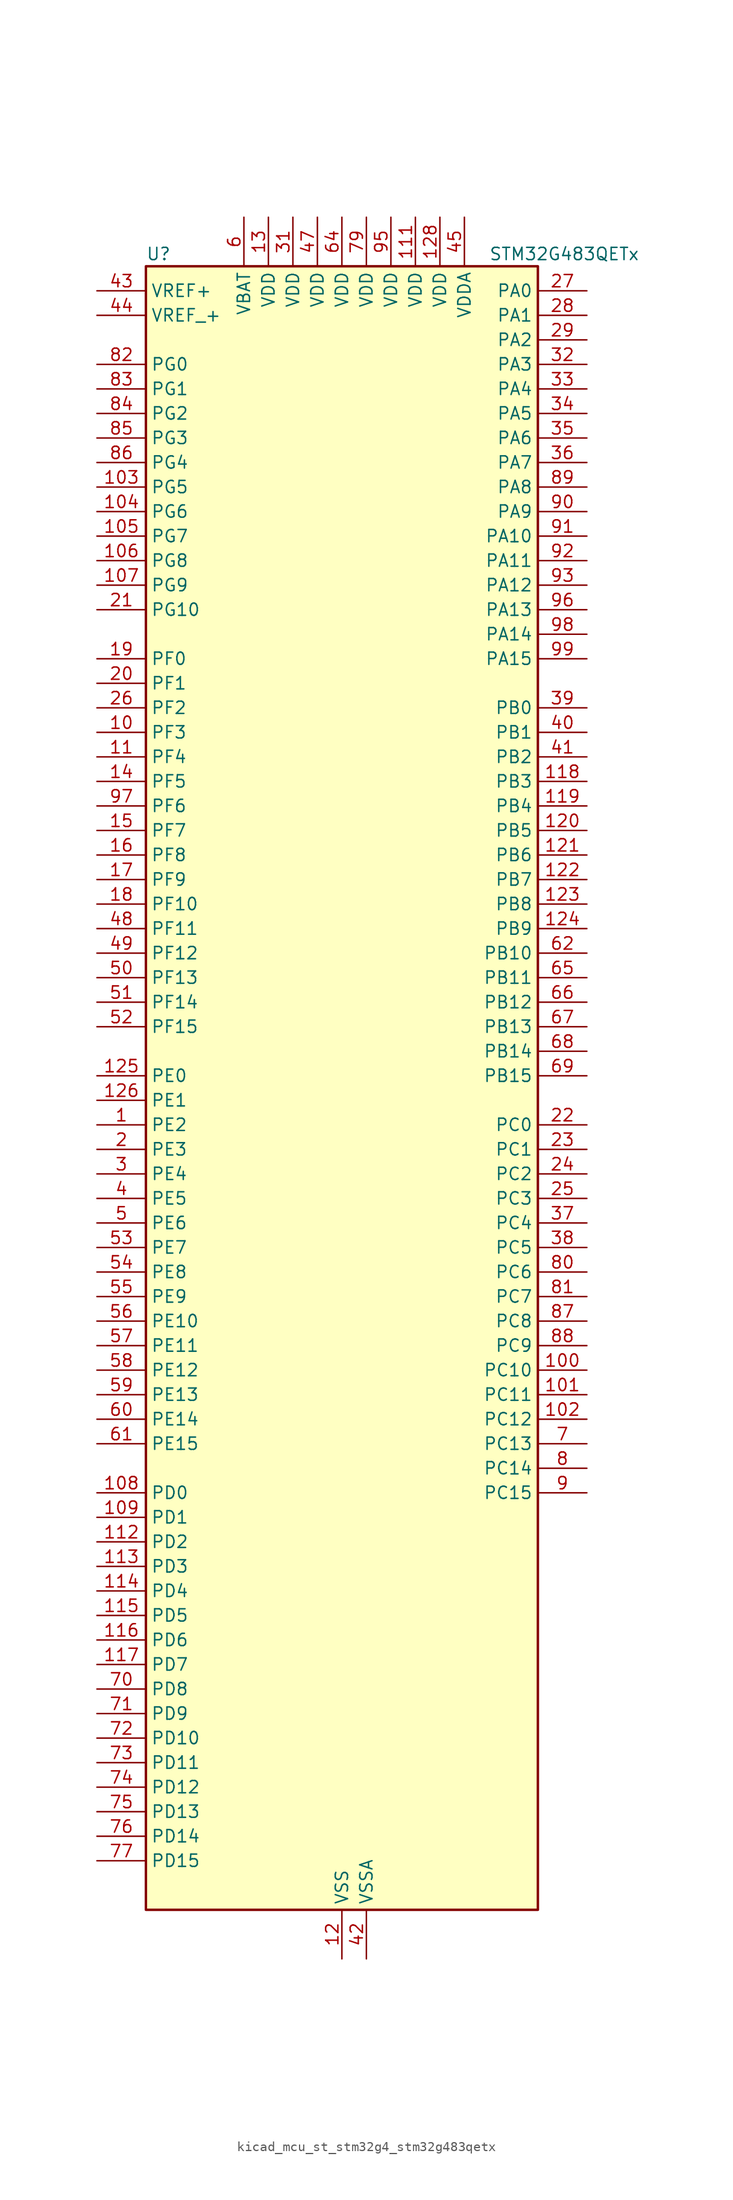
<source format=kicad_sym>
(kicad_symbol_lib
  (version 20220914)
  (generator kicad_symbol_editor)
  (symbol "kicad_mcu_st_stm32g4_stm32g483qetx"
    (property "Reference" "U"
      (at -20.32 87.63 0)
      (effects (font (size 1.27 1.27)) (justify left)))
    (property "Value" "STM32G483QETx"
      (at 15.24 87.63 0)
      (effects (font (size 1.27 1.27)) (justify left)))
    (property "ki_locked" ""
      (at 0 0 0)
      (effects (font (size 1.27 1.27))))
    (symbol "kicad_mcu_st_stm32g4_stm32g483qetx_0_1"
      (rectangle (start -20.32 -83.82) (end 20.32 86.36) (stroke (width 0.254) (type default)) (fill (type background))))
    (symbol "kicad_mcu_st_stm32g4_stm32g483qetx_1_1"
      (pin bidirectional line (at -25.4 -2.54 0) (length 5.08) (name "PE2" (effects (font (size 1.27 1.27)))) (number "1" (effects (font (size 1.27 1.27)))) (alternate "ADC3_EXTI2" bidirectional line) (alternate "ADC4_EXTI2" bidirectional line) (alternate "ADC5_EXTI2" bidirectional line) (alternate "FMC_A23" bidirectional line) (alternate "SAI1_CK1" bidirectional line) (alternate "SAI1_MCLK_A" bidirectional line) (alternate "SPI4_SCK" bidirectional line) (alternate "SYS_TRACECLK" bidirectional line) (alternate "TIM20_CH1" bidirectional line) (alternate "TIM3_CH1" bidirectional line))
      (pin bidirectional line (at -25.4 38.1 0) (length 5.08) (name "PF3" (effects (font (size 1.27 1.27)))) (number "10" (effects (font (size 1.27 1.27)))) (alternate "ADC3_EXTI3" bidirectional line) (alternate "ADC4_EXTI3" bidirectional line) (alternate "ADC5_EXTI3" bidirectional line) (alternate "FMC_A3" bidirectional line) (alternate "I2C3_SCL" bidirectional line) (alternate "TIM20_CH4" bidirectional line))
      (pin bidirectional line (at 25.4 -27.94 180) (length 5.08) (name "PC10" (effects (font (size 1.27 1.27)))) (number "100" (effects (font (size 1.27 1.27)))) (alternate "DAC1_EXTI10" bidirectional line) (alternate "DAC2_EXTI10" bidirectional line) (alternate "DAC3_EXTI10" bidirectional line) (alternate "DAC4_EXTI10" bidirectional line) (alternate "I2S3_CK" bidirectional line) (alternate "SPI3_SCK" bidirectional line) (alternate "TIM8_CH1N" bidirectional line) (alternate "UART4_TX" bidirectional line) (alternate "USART3_TX" bidirectional line))
      (pin bidirectional line (at 25.4 -30.48 180) (length 5.08) (name "PC11" (effects (font (size 1.27 1.27)))) (number "101" (effects (font (size 1.27 1.27)))) (alternate "ADC1_EXTI11" bidirectional line) (alternate "ADC2_EXTI11" bidirectional line) (alternate "I2C3_SDA" bidirectional line) (alternate "SPI3_MISO" bidirectional line) (alternate "TIM8_CH2N" bidirectional line) (alternate "UART4_RX" bidirectional line) (alternate "USART3_RX" bidirectional line))
      (pin bidirectional line (at 25.4 -33.02 180) (length 5.08) (name "PC12" (effects (font (size 1.27 1.27)))) (number "102" (effects (font (size 1.27 1.27)))) (alternate "I2S3_SD" bidirectional line) (alternate "SPI3_MOSI" bidirectional line) (alternate "TIM5_CH2" bidirectional line) (alternate "TIM8_CH3N" bidirectional line) (alternate "UART5_TX" bidirectional line) (alternate "UCPD1_FRSTX1" bidirectional line) (alternate "UCPD1_FRSTX2" bidirectional line) (alternate "USART3_CK" bidirectional line))
      (pin bidirectional line (at -25.4 63.5 0) (length 5.08) (name "PG5" (effects (font (size 1.27 1.27)))) (number "103" (effects (font (size 1.27 1.27)))) (alternate "FMC_A15" bidirectional line) (alternate "LPUART1_CTS" bidirectional line) (alternate "SPI1_NSS" bidirectional line) (alternate "TIM20_ETR" bidirectional line))
      (pin bidirectional line (at -25.4 60.96 0) (length 5.08) (name "PG6" (effects (font (size 1.27 1.27)))) (number "104" (effects (font (size 1.27 1.27)))) (alternate "FMC_INT" bidirectional line) (alternate "I2C3_SMBA" bidirectional line) (alternate "LPUART1_DE" bidirectional line) (alternate "LPUART1_RTS" bidirectional line) (alternate "TIM20_BKIN" bidirectional line))
      (pin bidirectional line (at -25.4 58.42 0) (length 5.08) (name "PG7" (effects (font (size 1.27 1.27)))) (number "105" (effects (font (size 1.27 1.27)))) (alternate "FMC_INT" bidirectional line) (alternate "I2C3_SCL" bidirectional line) (alternate "LPUART1_TX" bidirectional line) (alternate "SAI1_CK1" bidirectional line) (alternate "SAI1_MCLK_A" bidirectional line))
      (pin bidirectional line (at -25.4 55.88 0) (length 5.08) (name "PG8" (effects (font (size 1.27 1.27)))) (number "106" (effects (font (size 1.27 1.27)))) (alternate "FMC_NE3" bidirectional line) (alternate "I2C3_SDA" bidirectional line) (alternate "LPUART1_RX" bidirectional line))
      (pin bidirectional line (at -25.4 53.34 0) (length 5.08) (name "PG9" (effects (font (size 1.27 1.27)))) (number "107" (effects (font (size 1.27 1.27)))) (alternate "DAC1_EXTI9" bidirectional line) (alternate "DAC2_EXTI9" bidirectional line) (alternate "DAC3_EXTI9" bidirectional line) (alternate "DAC4_EXTI9" bidirectional line) (alternate "FMC_NCE" bidirectional line) (alternate "FMC_NE2" bidirectional line) (alternate "SPI3_SCK" bidirectional line) (alternate "TIM15_CH1N" bidirectional line) (alternate "USART1_TX" bidirectional line))
      (pin bidirectional line (at -25.4 -40.64 0) (length 5.08) (name "PD0" (effects (font (size 1.27 1.27)))) (number "108" (effects (font (size 1.27 1.27)))) (alternate "FDCAN1_RX" bidirectional line) (alternate "FMC_D2" bidirectional line) (alternate "FMC_DA2" bidirectional line) (alternate "TIM8_CH4N" bidirectional line))
      (pin bidirectional line (at -25.4 -43.18 0) (length 5.08) (name "PD1" (effects (font (size 1.27 1.27)))) (number "109" (effects (font (size 1.27 1.27)))) (alternate "FDCAN1_TX" bidirectional line) (alternate "FMC_D3" bidirectional line) (alternate "FMC_DA3" bidirectional line) (alternate "TIM8_BKIN2" bidirectional line) (alternate "TIM8_CH4" bidirectional line))
      (pin bidirectional line (at -25.4 35.56 0) (length 5.08) (name "PF4" (effects (font (size 1.27 1.27)))) (number "11" (effects (font (size 1.27 1.27)))) (alternate "COMP1_OUT" bidirectional line) (alternate "FMC_A4" bidirectional line) (alternate "I2C3_SDA" bidirectional line) (alternate "TIM20_CH1N" bidirectional line))
      (pin passive line (at 0 -88.9 90) (length 5.08) hide (name "VSS" (effects (font (size 1.27 1.27)))) (number "110" (effects (font (size 1.27 1.27)))))
      (pin power_in line (at 7.62 91.44 270) (length 5.08) (name "VDD" (effects (font (size 1.27 1.27)))) (number "111" (effects (font (size 1.27 1.27)))))
      (pin bidirectional line (at -25.4 -45.72 0) (length 5.08) (name "PD2" (effects (font (size 1.27 1.27)))) (number "112" (effects (font (size 1.27 1.27)))) (alternate "ADC3_EXTI2" bidirectional line) (alternate "ADC4_EXTI2" bidirectional line) (alternate "ADC5_EXTI2" bidirectional line) (alternate "TIM3_ETR" bidirectional line) (alternate "TIM8_BKIN" bidirectional line) (alternate "UART5_RX" bidirectional line))
      (pin bidirectional line (at -25.4 -48.26 0) (length 5.08) (name "PD3" (effects (font (size 1.27 1.27)))) (number "113" (effects (font (size 1.27 1.27)))) (alternate "ADC3_EXTI3" bidirectional line) (alternate "ADC4_EXTI3" bidirectional line) (alternate "ADC5_EXTI3" bidirectional line) (alternate "FMC_CLK" bidirectional line) (alternate "QUADSPI1_BK2_NCS" bidirectional line) (alternate "TIM2_CH1" bidirectional line) (alternate "TIM2_ETR" bidirectional line) (alternate "USART2_CTS" bidirectional line) (alternate "USART2_NSS" bidirectional line))
      (pin bidirectional line (at -25.4 -50.8 0) (length 5.08) (name "PD4" (effects (font (size 1.27 1.27)))) (number "114" (effects (font (size 1.27 1.27)))) (alternate "FMC_NOE" bidirectional line) (alternate "QUADSPI1_BK2_IO0" bidirectional line) (alternate "TIM2_CH2" bidirectional line) (alternate "USART2_DE" bidirectional line) (alternate "USART2_RTS" bidirectional line))
      (pin bidirectional line (at -25.4 -53.34 0) (length 5.08) (name "PD5" (effects (font (size 1.27 1.27)))) (number "115" (effects (font (size 1.27 1.27)))) (alternate "FMC_NWE" bidirectional line) (alternate "QUADSPI1_BK2_IO1" bidirectional line) (alternate "USART2_TX" bidirectional line))
      (pin bidirectional line (at -25.4 -55.88 0) (length 5.08) (name "PD6" (effects (font (size 1.27 1.27)))) (number "116" (effects (font (size 1.27 1.27)))) (alternate "FMC_NWAIT" bidirectional line) (alternate "QUADSPI1_BK2_IO2" bidirectional line) (alternate "SAI1_D1" bidirectional line) (alternate "SAI1_SD_A" bidirectional line) (alternate "TIM2_CH4" bidirectional line) (alternate "USART2_RX" bidirectional line))
      (pin bidirectional line (at -25.4 -58.42 0) (length 5.08) (name "PD7" (effects (font (size 1.27 1.27)))) (number "117" (effects (font (size 1.27 1.27)))) (alternate "FMC_NCE" bidirectional line) (alternate "FMC_NE1" bidirectional line) (alternate "QUADSPI1_BK2_IO3" bidirectional line) (alternate "TIM2_CH3" bidirectional line) (alternate "USART2_CK" bidirectional line))
      (pin bidirectional line (at 25.4 33.02 180) (length 5.08) (name "PB3" (effects (font (size 1.27 1.27)))) (number "118" (effects (font (size 1.27 1.27)))) (alternate "ADC3_EXTI3" bidirectional line) (alternate "ADC4_EXTI3" bidirectional line) (alternate "ADC5_EXTI3" bidirectional line) (alternate "CRS_SYNC" bidirectional line) (alternate "FDCAN3_RX" bidirectional line) (alternate "I2S3_CK" bidirectional line) (alternate "SAI1_SCK_B" bidirectional line) (alternate "SPI1_SCK" bidirectional line) (alternate "SPI3_SCK" bidirectional line) (alternate "SYS_JTDO-SWO" bidirectional line) (alternate "TIM2_CH2" bidirectional line) (alternate "TIM3_ETR" bidirectional line) (alternate "TIM4_ETR" bidirectional line) (alternate "TIM8_CH1N" bidirectional line) (alternate "USART2_TX" bidirectional line))
      (pin bidirectional line (at 25.4 30.48 180) (length 5.08) (name "PB4" (effects (font (size 1.27 1.27)))) (number "119" (effects (font (size 1.27 1.27)))) (alternate "FDCAN3_TX" bidirectional line) (alternate "SAI1_MCLK_B" bidirectional line) (alternate "SPI1_MISO" bidirectional line) (alternate "SPI3_MISO" bidirectional line) (alternate "SYS_JTRST" bidirectional line) (alternate "TIM16_CH1" bidirectional line) (alternate "TIM17_BKIN" bidirectional line) (alternate "TIM3_CH1" bidirectional line) (alternate "TIM8_CH2N" bidirectional line) (alternate "UART5_DE" bidirectional line) (alternate "UART5_RTS" bidirectional line) (alternate "UCPD1_CC2" bidirectional line) (alternate "USART2_RX" bidirectional line))
      (pin power_in line (at 0 -88.9 90) (length 5.08) (name "VSS" (effects (font (size 1.27 1.27)))) (number "12" (effects (font (size 1.27 1.27)))))
      (pin bidirectional line (at 25.4 27.94 180) (length 5.08) (name "PB5" (effects (font (size 1.27 1.27)))) (number "120" (effects (font (size 1.27 1.27)))) (alternate "FDCAN2_RX" bidirectional line) (alternate "I2C1_SMBA" bidirectional line) (alternate "I2C3_SDA" bidirectional line) (alternate "I2S3_SD" bidirectional line) (alternate "LPTIM1_IN1" bidirectional line) (alternate "SAI1_SD_B" bidirectional line) (alternate "SPI1_MOSI" bidirectional line) (alternate "SPI3_MOSI" bidirectional line) (alternate "TIM16_BKIN" bidirectional line) (alternate "TIM17_CH1" bidirectional line) (alternate "TIM3_CH2" bidirectional line) (alternate "TIM8_CH3N" bidirectional line) (alternate "UART5_CTS" bidirectional line) (alternate "USART2_CK" bidirectional line))
      (pin bidirectional line (at 25.4 25.4 180) (length 5.08) (name "PB6" (effects (font (size 1.27 1.27)))) (number "121" (effects (font (size 1.27 1.27)))) (alternate "COMP4_OUT" bidirectional line) (alternate "FDCAN2_TX" bidirectional line) (alternate "LPTIM1_ETR" bidirectional line) (alternate "SAI1_FS_B" bidirectional line) (alternate "TIM16_CH1N" bidirectional line) (alternate "TIM4_CH1" bidirectional line) (alternate "TIM8_BKIN2" bidirectional line) (alternate "TIM8_CH1" bidirectional line) (alternate "TIM8_ETR" bidirectional line) (alternate "UCPD1_CC1" bidirectional line) (alternate "USART1_TX" bidirectional line))
      (pin bidirectional line (at 25.4 22.86 180) (length 5.08) (name "PB7" (effects (font (size 1.27 1.27)))) (number "122" (effects (font (size 1.27 1.27)))) (alternate "COMP3_OUT" bidirectional line) (alternate "FMC_NL" bidirectional line) (alternate "I2C1_SDA" bidirectional line) (alternate "I2C4_SDA" bidirectional line) (alternate "LPTIM1_IN2" bidirectional line) (alternate "SYS_PVD_IN" bidirectional line) (alternate "TIM17_CH1N" bidirectional line) (alternate "TIM3_CH4" bidirectional line) (alternate "TIM4_CH2" bidirectional line) (alternate "TIM8_BKIN" bidirectional line) (alternate "UART4_CTS" bidirectional line) (alternate "USART1_RX" bidirectional line))
      (pin bidirectional line (at 25.4 20.32 180) (length 5.08) (name "PB8" (effects (font (size 1.27 1.27)))) (number "123" (effects (font (size 1.27 1.27)))) (alternate "COMP1_OUT" bidirectional line) (alternate "FDCAN1_RX" bidirectional line) (alternate "I2C1_SCL" bidirectional line) (alternate "SAI1_CK1" bidirectional line) (alternate "SAI1_MCLK_A" bidirectional line) (alternate "TIM16_CH1" bidirectional line) (alternate "TIM1_BKIN" bidirectional line) (alternate "TIM4_CH3" bidirectional line) (alternate "TIM8_CH2" bidirectional line) (alternate "USART3_RX" bidirectional line))
      (pin bidirectional line (at 25.4 17.78 180) (length 5.08) (name "PB9" (effects (font (size 1.27 1.27)))) (number "124" (effects (font (size 1.27 1.27)))) (alternate "COMP2_OUT" bidirectional line) (alternate "DAC1_EXTI9" bidirectional line) (alternate "DAC2_EXTI9" bidirectional line) (alternate "DAC3_EXTI9" bidirectional line) (alternate "DAC4_EXTI9" bidirectional line) (alternate "FDCAN1_TX" bidirectional line) (alternate "I2C1_SDA" bidirectional line) (alternate "IR_OUT" bidirectional line) (alternate "SAI1_D2" bidirectional line) (alternate "SAI1_FS_A" bidirectional line) (alternate "TIM17_CH1" bidirectional line) (alternate "TIM1_CH3N" bidirectional line) (alternate "TIM4_CH4" bidirectional line) (alternate "TIM8_CH3" bidirectional line) (alternate "USART3_TX" bidirectional line))
      (pin bidirectional line (at -25.4 2.54 0) (length 5.08) (name "PE0" (effects (font (size 1.27 1.27)))) (number "125" (effects (font (size 1.27 1.27)))) (alternate "FMC_NBL0" bidirectional line) (alternate "TIM16_CH1" bidirectional line) (alternate "TIM20_CH4N" bidirectional line) (alternate "TIM20_ETR" bidirectional line) (alternate "TIM4_ETR" bidirectional line) (alternate "USART1_TX" bidirectional line))
      (pin bidirectional line (at -25.4 0 0) (length 5.08) (name "PE1" (effects (font (size 1.27 1.27)))) (number "126" (effects (font (size 1.27 1.27)))) (alternate "FMC_NBL1" bidirectional line) (alternate "TIM17_CH1" bidirectional line) (alternate "TIM20_CH4" bidirectional line) (alternate "USART1_RX" bidirectional line))
      (pin passive line (at 0 -88.9 90) (length 5.08) hide (name "VSS" (effects (font (size 1.27 1.27)))) (number "127" (effects (font (size 1.27 1.27)))))
      (pin power_in line (at 10.16 91.44 270) (length 5.08) (name "VDD" (effects (font (size 1.27 1.27)))) (number "128" (effects (font (size 1.27 1.27)))))
      (pin power_in line (at -7.62 91.44 270) (length 5.08) (name "VDD" (effects (font (size 1.27 1.27)))) (number "13" (effects (font (size 1.27 1.27)))))
      (pin bidirectional line (at -25.4 33.02 0) (length 5.08) (name "PF5" (effects (font (size 1.27 1.27)))) (number "14" (effects (font (size 1.27 1.27)))) (alternate "FMC_A5" bidirectional line) (alternate "TIM20_CH2N" bidirectional line))
      (pin bidirectional line (at -25.4 27.94 0) (length 5.08) (name "PF7" (effects (font (size 1.27 1.27)))) (number "15" (effects (font (size 1.27 1.27)))) (alternate "FMC_A1" bidirectional line) (alternate "QUADSPI1_BK1_IO2" bidirectional line) (alternate "SAI1_MCLK_B" bidirectional line) (alternate "TIM20_BKIN" bidirectional line) (alternate "TIM5_CH2" bidirectional line))
      (pin bidirectional line (at -25.4 25.4 0) (length 5.08) (name "PF8" (effects (font (size 1.27 1.27)))) (number "16" (effects (font (size 1.27 1.27)))) (alternate "FMC_A24" bidirectional line) (alternate "QUADSPI1_BK1_IO0" bidirectional line) (alternate "SAI1_SCK_B" bidirectional line) (alternate "TIM20_BKIN2" bidirectional line) (alternate "TIM5_CH3" bidirectional line))
      (pin bidirectional line (at -25.4 22.86 0) (length 5.08) (name "PF9" (effects (font (size 1.27 1.27)))) (number "17" (effects (font (size 1.27 1.27)))) (alternate "DAC1_EXTI9" bidirectional line) (alternate "DAC2_EXTI9" bidirectional line) (alternate "DAC3_EXTI9" bidirectional line) (alternate "DAC4_EXTI9" bidirectional line) (alternate "FMC_A25" bidirectional line) (alternate "QUADSPI1_BK1_IO1" bidirectional line) (alternate "SAI1_FS_B" bidirectional line) (alternate "SPI2_SCK" bidirectional line) (alternate "TIM15_CH1" bidirectional line) (alternate "TIM20_BKIN" bidirectional line) (alternate "TIM5_CH4" bidirectional line))
      (pin bidirectional line (at -25.4 20.32 0) (length 5.08) (name "PF10" (effects (font (size 1.27 1.27)))) (number "18" (effects (font (size 1.27 1.27)))) (alternate "DAC1_EXTI10" bidirectional line) (alternate "DAC2_EXTI10" bidirectional line) (alternate "DAC3_EXTI10" bidirectional line) (alternate "DAC4_EXTI10" bidirectional line) (alternate "FMC_A0" bidirectional line) (alternate "QUADSPI1_CLK" bidirectional line) (alternate "SAI1_D3" bidirectional line) (alternate "SPI2_SCK" bidirectional line) (alternate "TIM15_CH2" bidirectional line) (alternate "TIM20_BKIN2" bidirectional line))
      (pin bidirectional line (at -25.4 45.72 0) (length 5.08) (name "PF0" (effects (font (size 1.27 1.27)))) (number "19" (effects (font (size 1.27 1.27)))) (alternate "ADC1_IN10" bidirectional line) (alternate "I2C2_SDA" bidirectional line) (alternate "I2S2_WS" bidirectional line) (alternate "RCC_OSC_IN" bidirectional line) (alternate "SPI2_NSS" bidirectional line) (alternate "TIM1_CH3N" bidirectional line))
      (pin bidirectional line (at -25.4 -5.08 0) (length 5.08) (name "PE3" (effects (font (size 1.27 1.27)))) (number "2" (effects (font (size 1.27 1.27)))) (alternate "ADC3_EXTI3" bidirectional line) (alternate "ADC4_EXTI3" bidirectional line) (alternate "ADC5_EXTI3" bidirectional line) (alternate "FMC_A19" bidirectional line) (alternate "SAI1_SD_B" bidirectional line) (alternate "SPI4_NSS" bidirectional line) (alternate "SYS_TRACED0" bidirectional line) (alternate "TIM20_CH2" bidirectional line) (alternate "TIM3_CH2" bidirectional line))
      (pin bidirectional line (at -25.4 43.18 0) (length 5.08) (name "PF1" (effects (font (size 1.27 1.27)))) (number "20" (effects (font (size 1.27 1.27)))) (alternate "ADC2_IN10" bidirectional line) (alternate "COMP3_INM" bidirectional line) (alternate "I2S2_CK" bidirectional line) (alternate "RCC_OSC_OUT" bidirectional line) (alternate "SPI2_SCK" bidirectional line))
      (pin bidirectional line (at -25.4 50.8 0) (length 5.08) (name "PG10" (effects (font (size 1.27 1.27)))) (number "21" (effects (font (size 1.27 1.27)))) (alternate "DAC1_EXTI10" bidirectional line) (alternate "DAC2_EXTI10" bidirectional line) (alternate "DAC3_EXTI10" bidirectional line) (alternate "DAC4_EXTI10" bidirectional line) (alternate "RCC_MCO" bidirectional line))
      (pin bidirectional line (at 25.4 -2.54 180) (length 5.08) (name "PC0" (effects (font (size 1.27 1.27)))) (number "22" (effects (font (size 1.27 1.27)))) (alternate "ADC1_IN6" bidirectional line) (alternate "ADC2_IN6" bidirectional line) (alternate "COMP3_INM" bidirectional line) (alternate "LPTIM1_IN1" bidirectional line) (alternate "LPUART1_RX" bidirectional line) (alternate "TIM1_CH1" bidirectional line))
      (pin bidirectional line (at 25.4 -5.08 180) (length 5.08) (name "PC1" (effects (font (size 1.27 1.27)))) (number "23" (effects (font (size 1.27 1.27)))) (alternate "ADC1_IN7" bidirectional line) (alternate "ADC2_IN7" bidirectional line) (alternate "COMP3_INP" bidirectional line) (alternate "LPTIM1_OUT" bidirectional line) (alternate "LPUART1_TX" bidirectional line) (alternate "QUADSPI1_BK2_IO0" bidirectional line) (alternate "SAI1_SD_A" bidirectional line) (alternate "TIM1_CH2" bidirectional line))
      (pin bidirectional line (at 25.4 -7.62 180) (length 5.08) (name "PC2" (effects (font (size 1.27 1.27)))) (number "24" (effects (font (size 1.27 1.27)))) (alternate "ADC1_IN8" bidirectional line) (alternate "ADC2_IN8" bidirectional line) (alternate "ADC3_EXTI2" bidirectional line) (alternate "ADC4_EXTI2" bidirectional line) (alternate "ADC5_EXTI2" bidirectional line) (alternate "COMP3_OUT" bidirectional line) (alternate "LPTIM1_IN2" bidirectional line) (alternate "QUADSPI1_BK2_IO1" bidirectional line) (alternate "TIM1_CH3" bidirectional line) (alternate "TIM20_CH2" bidirectional line))
      (pin bidirectional line (at 25.4 -10.16 180) (length 5.08) (name "PC3" (effects (font (size 1.27 1.27)))) (number "25" (effects (font (size 1.27 1.27)))) (alternate "ADC1_IN9" bidirectional line) (alternate "ADC2_IN9" bidirectional line) (alternate "ADC3_EXTI3" bidirectional line) (alternate "ADC4_EXTI3" bidirectional line) (alternate "ADC5_EXTI3" bidirectional line) (alternate "LPTIM1_ETR" bidirectional line) (alternate "OPAMP5_VINP" bidirectional line) (alternate "OPAMP5_VINP_SEC" bidirectional line) (alternate "QUADSPI1_BK2_IO2" bidirectional line) (alternate "SAI1_D1" bidirectional line) (alternate "SAI1_SD_A" bidirectional line) (alternate "TIM1_BKIN2" bidirectional line) (alternate "TIM1_CH4" bidirectional line))
      (pin bidirectional line (at -25.4 40.64 0) (length 5.08) (name "PF2" (effects (font (size 1.27 1.27)))) (number "26" (effects (font (size 1.27 1.27)))) (alternate "ADC3_EXTI2" bidirectional line) (alternate "ADC4_EXTI2" bidirectional line) (alternate "ADC5_EXTI2" bidirectional line) (alternate "FMC_A2" bidirectional line) (alternate "I2C2_SMBA" bidirectional line) (alternate "TIM20_CH3" bidirectional line))
      (pin bidirectional line (at 25.4 83.82 180) (length 5.08) (name "PA0" (effects (font (size 1.27 1.27)))) (number "27" (effects (font (size 1.27 1.27)))) (alternate "ADC1_IN1" bidirectional line) (alternate "ADC2_IN1" bidirectional line) (alternate "COMP1_INM" bidirectional line) (alternate "COMP1_OUT" bidirectional line) (alternate "COMP3_INP" bidirectional line) (alternate "RTC_TAMP2" bidirectional line) (alternate "SYS_WKUP1" bidirectional line) (alternate "TIM2_CH1" bidirectional line) (alternate "TIM2_ETR" bidirectional line) (alternate "TIM5_CH1" bidirectional line) (alternate "TIM8_BKIN" bidirectional line) (alternate "TIM8_ETR" bidirectional line) (alternate "USART2_CTS" bidirectional line) (alternate "USART2_NSS" bidirectional line))
      (pin bidirectional line (at 25.4 81.28 180) (length 5.08) (name "PA1" (effects (font (size 1.27 1.27)))) (number "28" (effects (font (size 1.27 1.27)))) (alternate "ADC1_IN2" bidirectional line) (alternate "ADC2_IN2" bidirectional line) (alternate "COMP1_INP" bidirectional line) (alternate "OPAMP1_VINP" bidirectional line) (alternate "OPAMP1_VINP_SEC" bidirectional line) (alternate "OPAMP3_VINP" bidirectional line) (alternate "OPAMP3_VINP_SEC" bidirectional line) (alternate "OPAMP6_VINM" bidirectional line) (alternate "OPAMP6_VINM0" bidirectional line) (alternate "OPAMP6_VINM_SEC" bidirectional line) (alternate "RTC_REFIN" bidirectional line) (alternate "TIM15_CH1N" bidirectional line) (alternate "TIM2_CH2" bidirectional line) (alternate "TIM5_CH2" bidirectional line) (alternate "USART2_DE" bidirectional line) (alternate "USART2_RTS" bidirectional line))
      (pin bidirectional line (at 25.4 78.74 180) (length 5.08) (name "PA2" (effects (font (size 1.27 1.27)))) (number "29" (effects (font (size 1.27 1.27)))) (alternate "ADC1_IN3" bidirectional line) (alternate "ADC3_EXTI2" bidirectional line) (alternate "ADC4_EXTI2" bidirectional line) (alternate "ADC5_EXTI2" bidirectional line) (alternate "COMP2_INM" bidirectional line) (alternate "COMP2_OUT" bidirectional line) (alternate "LPUART1_TX" bidirectional line) (alternate "OPAMP1_VOUT" bidirectional line) (alternate "QUADSPI1_BK1_NCS" bidirectional line) (alternate "RCC_LSCO" bidirectional line) (alternate "SYS_WKUP4" bidirectional line) (alternate "TIM15_CH1" bidirectional line) (alternate "TIM2_CH3" bidirectional line) (alternate "TIM5_CH3" bidirectional line) (alternate "UCPD1_FRSTX1" bidirectional line) (alternate "UCPD1_FRSTX2" bidirectional line) (alternate "USART2_TX" bidirectional line))
      (pin bidirectional line (at -25.4 -7.62 0) (length 5.08) (name "PE4" (effects (font (size 1.27 1.27)))) (number "3" (effects (font (size 1.27 1.27)))) (alternate "FMC_A20" bidirectional line) (alternate "SAI1_D2" bidirectional line) (alternate "SAI1_FS_A" bidirectional line) (alternate "SPI4_NSS" bidirectional line) (alternate "SYS_TRACED1" bidirectional line) (alternate "TIM20_CH1N" bidirectional line) (alternate "TIM3_CH3" bidirectional line))
      (pin passive line (at 0 -88.9 90) (length 5.08) hide (name "VSS" (effects (font (size 1.27 1.27)))) (number "30" (effects (font (size 1.27 1.27)))))
      (pin power_in line (at -5.08 91.44 270) (length 5.08) (name "VDD" (effects (font (size 1.27 1.27)))) (number "31" (effects (font (size 1.27 1.27)))))
      (pin bidirectional line (at 25.4 76.2 180) (length 5.08) (name "PA3" (effects (font (size 1.27 1.27)))) (number "32" (effects (font (size 1.27 1.27)))) (alternate "ADC1_IN4" bidirectional line) (alternate "ADC3_EXTI3" bidirectional line) (alternate "ADC4_EXTI3" bidirectional line) (alternate "ADC5_EXTI3" bidirectional line) (alternate "COMP2_INP" bidirectional line) (alternate "LPUART1_RX" bidirectional line) (alternate "OPAMP1_VINM" bidirectional line) (alternate "OPAMP1_VINM0" bidirectional line) (alternate "OPAMP1_VINM_SEC" bidirectional line) (alternate "OPAMP1_VINP" bidirectional line) (alternate "OPAMP1_VINP_SEC" bidirectional line) (alternate "OPAMP5_VINM" bidirectional line) (alternate "OPAMP5_VINM1" bidirectional line) (alternate "OPAMP5_VINM_SEC" bidirectional line) (alternate "QUADSPI1_CLK" bidirectional line) (alternate "SAI1_CK1" bidirectional line) (alternate "SAI1_MCLK_A" bidirectional line) (alternate "TIM15_CH2" bidirectional line) (alternate "TIM2_CH4" bidirectional line) (alternate "TIM5_CH4" bidirectional line) (alternate "USART2_RX" bidirectional line))
      (pin bidirectional line (at 25.4 73.66 180) (length 5.08) (name "PA4" (effects (font (size 1.27 1.27)))) (number "33" (effects (font (size 1.27 1.27)))) (alternate "ADC2_IN17" bidirectional line) (alternate "COMP1_INM" bidirectional line) (alternate "DAC1_OUT1" bidirectional line) (alternate "I2S3_WS" bidirectional line) (alternate "SAI1_FS_B" bidirectional line) (alternate "SPI1_NSS" bidirectional line) (alternate "SPI3_NSS" bidirectional line) (alternate "TIM3_CH2" bidirectional line) (alternate "USART2_CK" bidirectional line))
      (pin bidirectional line (at 25.4 71.12 180) (length 5.08) (name "PA5" (effects (font (size 1.27 1.27)))) (number "34" (effects (font (size 1.27 1.27)))) (alternate "ADC2_IN13" bidirectional line) (alternate "COMP2_INM" bidirectional line) (alternate "DAC1_OUT2" bidirectional line) (alternate "OPAMP2_VINM" bidirectional line) (alternate "OPAMP2_VINM0" bidirectional line) (alternate "OPAMP2_VINM_SEC" bidirectional line) (alternate "SPI1_SCK" bidirectional line) (alternate "TIM2_CH1" bidirectional line) (alternate "TIM2_ETR" bidirectional line) (alternate "UCPD1_FRSTX1" bidirectional line) (alternate "UCPD1_FRSTX2" bidirectional line))
      (pin bidirectional line (at 25.4 68.58 180) (length 5.08) (name "PA6" (effects (font (size 1.27 1.27)))) (number "35" (effects (font (size 1.27 1.27)))) (alternate "ADC2_IN3" bidirectional line) (alternate "COMP1_OUT" bidirectional line) (alternate "DAC2_OUT1" bidirectional line) (alternate "LPUART1_CTS" bidirectional line) (alternate "OPAMP2_VOUT" bidirectional line) (alternate "QUADSPI1_BK1_IO3" bidirectional line) (alternate "SPI1_MISO" bidirectional line) (alternate "TIM16_CH1" bidirectional line) (alternate "TIM1_BKIN" bidirectional line) (alternate "TIM3_CH1" bidirectional line) (alternate "TIM8_BKIN" bidirectional line))
      (pin bidirectional line (at 25.4 66.04 180) (length 5.08) (name "PA7" (effects (font (size 1.27 1.27)))) (number "36" (effects (font (size 1.27 1.27)))) (alternate "ADC2_IN4" bidirectional line) (alternate "COMP2_INP" bidirectional line) (alternate "COMP2_OUT" bidirectional line) (alternate "OPAMP1_VINP" bidirectional line) (alternate "OPAMP1_VINP_SEC" bidirectional line) (alternate "OPAMP2_VINP" bidirectional line) (alternate "OPAMP2_VINP_SEC" bidirectional line) (alternate "QUADSPI1_BK1_IO2" bidirectional line) (alternate "SPI1_MOSI" bidirectional line) (alternate "TIM17_CH1" bidirectional line) (alternate "TIM1_CH1N" bidirectional line) (alternate "TIM3_CH2" bidirectional line) (alternate "TIM8_CH1N" bidirectional line) (alternate "UCPD1_FRSTX1" bidirectional line) (alternate "UCPD1_FRSTX2" bidirectional line))
      (pin bidirectional line (at 25.4 -12.7 180) (length 5.08) (name "PC4" (effects (font (size 1.27 1.27)))) (number "37" (effects (font (size 1.27 1.27)))) (alternate "ADC2_IN5" bidirectional line) (alternate "I2C2_SCL" bidirectional line) (alternate "QUADSPI1_BK2_IO3" bidirectional line) (alternate "TIM1_ETR" bidirectional line) (alternate "USART1_TX" bidirectional line))
      (pin bidirectional line (at 25.4 -15.24 180) (length 5.08) (name "PC5" (effects (font (size 1.27 1.27)))) (number "38" (effects (font (size 1.27 1.27)))) (alternate "ADC2_IN11" bidirectional line) (alternate "OPAMP1_VINM" bidirectional line) (alternate "OPAMP1_VINM1" bidirectional line) (alternate "OPAMP1_VINM_SEC" bidirectional line) (alternate "OPAMP2_VINM" bidirectional line) (alternate "OPAMP2_VINM1" bidirectional line) (alternate "OPAMP2_VINM_SEC" bidirectional line) (alternate "SAI1_D3" bidirectional line) (alternate "SYS_WKUP5" bidirectional line) (alternate "TIM15_BKIN" bidirectional line) (alternate "TIM1_CH4N" bidirectional line) (alternate "USART1_RX" bidirectional line))
      (pin bidirectional line (at 25.4 40.64 180) (length 5.08) (name "PB0" (effects (font (size 1.27 1.27)))) (number "39" (effects (font (size 1.27 1.27)))) (alternate "ADC1_IN15" bidirectional line) (alternate "ADC3_IN12" bidirectional line) (alternate "COMP4_INP" bidirectional line) (alternate "OPAMP2_VINP" bidirectional line) (alternate "OPAMP2_VINP_SEC" bidirectional line) (alternate "OPAMP3_VINP" bidirectional line) (alternate "OPAMP3_VINP_SEC" bidirectional line) (alternate "QUADSPI1_BK1_IO1" bidirectional line) (alternate "TIM1_CH2N" bidirectional line) (alternate "TIM3_CH3" bidirectional line) (alternate "TIM8_CH2N" bidirectional line) (alternate "UCPD1_FRSTX1" bidirectional line) (alternate "UCPD1_FRSTX2" bidirectional line))
      (pin bidirectional line (at -25.4 -10.16 0) (length 5.08) (name "PE5" (effects (font (size 1.27 1.27)))) (number "4" (effects (font (size 1.27 1.27)))) (alternate "FMC_A21" bidirectional line) (alternate "SAI1_CK2" bidirectional line) (alternate "SAI1_SCK_A" bidirectional line) (alternate "SPI4_MISO" bidirectional line) (alternate "SYS_TRACED2" bidirectional line) (alternate "TIM20_CH2N" bidirectional line) (alternate "TIM3_CH4" bidirectional line))
      (pin bidirectional line (at 25.4 38.1 180) (length 5.08) (name "PB1" (effects (font (size 1.27 1.27)))) (number "40" (effects (font (size 1.27 1.27)))) (alternate "ADC1_IN12" bidirectional line) (alternate "ADC3_IN1" bidirectional line) (alternate "COMP1_INP" bidirectional line) (alternate "COMP4_OUT" bidirectional line) (alternate "LPUART1_DE" bidirectional line) (alternate "LPUART1_RTS" bidirectional line) (alternate "OPAMP3_VOUT" bidirectional line) (alternate "OPAMP6_VINM" bidirectional line) (alternate "OPAMP6_VINM1" bidirectional line) (alternate "OPAMP6_VINM_SEC" bidirectional line) (alternate "QUADSPI1_BK1_IO0" bidirectional line) (alternate "TIM1_CH3N" bidirectional line) (alternate "TIM3_CH4" bidirectional line) (alternate "TIM8_CH3N" bidirectional line))
      (pin bidirectional line (at 25.4 35.56 180) (length 5.08) (name "PB2" (effects (font (size 1.27 1.27)))) (number "41" (effects (font (size 1.27 1.27)))) (alternate "ADC2_IN12" bidirectional line) (alternate "ADC3_EXTI2" bidirectional line) (alternate "ADC4_EXTI2" bidirectional line) (alternate "ADC5_EXTI2" bidirectional line) (alternate "COMP4_INM" bidirectional line) (alternate "I2C3_SMBA" bidirectional line) (alternate "LPTIM1_OUT" bidirectional line) (alternate "OPAMP3_VINM" bidirectional line) (alternate "OPAMP3_VINM0" bidirectional line) (alternate "OPAMP3_VINM_SEC" bidirectional line) (alternate "QUADSPI1_BK2_IO1" bidirectional line) (alternate "RTC_OUT2" bidirectional line) (alternate "TIM20_CH1" bidirectional line) (alternate "TIM5_CH1" bidirectional line))
      (pin power_in line (at 2.54 -88.9 90) (length 5.08) (name "VSSA" (effects (font (size 1.27 1.27)))) (number "42" (effects (font (size 1.27 1.27)))))
      (pin input line (at -25.4 83.82 0) (length 5.08) (name "VREF+" (effects (font (size 1.27 1.27)))) (number "43" (effects (font (size 1.27 1.27)))) (alternate "VREFBUF_OUT1" bidirectional line))
      (pin input line (at -25.4 81.28 0) (length 5.08) (name "VREF_+" (effects (font (size 1.27 1.27)))) (number "44" (effects (font (size 1.27 1.27)))) (alternate "VREFBUF_OUT2" bidirectional line))
      (pin power_in line (at 12.7 91.44 270) (length 5.08) (name "VDDA" (effects (font (size 1.27 1.27)))) (number "45" (effects (font (size 1.27 1.27)))))
      (pin passive line (at 0 -88.9 90) (length 5.08) hide (name "VSS" (effects (font (size 1.27 1.27)))) (number "46" (effects (font (size 1.27 1.27)))))
      (pin power_in line (at -2.54 91.44 270) (length 5.08) (name "VDD" (effects (font (size 1.27 1.27)))) (number "47" (effects (font (size 1.27 1.27)))))
      (pin bidirectional line (at -25.4 17.78 0) (length 5.08) (name "PF11" (effects (font (size 1.27 1.27)))) (number "48" (effects (font (size 1.27 1.27)))) (alternate "ADC1_EXTI11" bidirectional line) (alternate "ADC2_EXTI11" bidirectional line) (alternate "FMC_NE4" bidirectional line) (alternate "TIM20_ETR" bidirectional line))
      (pin bidirectional line (at -25.4 15.24 0) (length 5.08) (name "PF12" (effects (font (size 1.27 1.27)))) (number "49" (effects (font (size 1.27 1.27)))) (alternate "FMC_A6" bidirectional line) (alternate "TIM20_CH1" bidirectional line))
      (pin bidirectional line (at -25.4 -12.7 0) (length 5.08) (name "PE6" (effects (font (size 1.27 1.27)))) (number "5" (effects (font (size 1.27 1.27)))) (alternate "FMC_A22" bidirectional line) (alternate "RTC_TAMP3" bidirectional line) (alternate "SAI1_D1" bidirectional line) (alternate "SAI1_SD_A" bidirectional line) (alternate "SPI4_MOSI" bidirectional line) (alternate "SYS_TRACED3" bidirectional line) (alternate "SYS_WKUP3" bidirectional line) (alternate "TIM20_CH3N" bidirectional line))
      (pin bidirectional line (at -25.4 12.7 0) (length 5.08) (name "PF13" (effects (font (size 1.27 1.27)))) (number "50" (effects (font (size 1.27 1.27)))) (alternate "FMC_A7" bidirectional line) (alternate "I2C4_SMBA" bidirectional line) (alternate "TIM20_CH2" bidirectional line))
      (pin bidirectional line (at -25.4 10.16 0) (length 5.08) (name "PF14" (effects (font (size 1.27 1.27)))) (number "51" (effects (font (size 1.27 1.27)))) (alternate "FMC_A8" bidirectional line) (alternate "I2C4_SCL" bidirectional line) (alternate "TIM20_CH3" bidirectional line))
      (pin bidirectional line (at -25.4 7.62 0) (length 5.08) (name "PF15" (effects (font (size 1.27 1.27)))) (number "52" (effects (font (size 1.27 1.27)))) (alternate "ADC1_EXTI15" bidirectional line) (alternate "ADC2_EXTI15" bidirectional line) (alternate "FMC_A9" bidirectional line) (alternate "I2C4_SDA" bidirectional line) (alternate "TIM20_CH4" bidirectional line))
      (pin bidirectional line (at -25.4 -15.24 0) (length 5.08) (name "PE7" (effects (font (size 1.27 1.27)))) (number "53" (effects (font (size 1.27 1.27)))) (alternate "ADC3_IN4" bidirectional line) (alternate "COMP4_INP" bidirectional line) (alternate "FMC_D4" bidirectional line) (alternate "FMC_DA4" bidirectional line) (alternate "SAI1_SD_B" bidirectional line) (alternate "TIM1_ETR" bidirectional line))
      (pin bidirectional line (at -25.4 -17.78 0) (length 5.08) (name "PE8" (effects (font (size 1.27 1.27)))) (number "54" (effects (font (size 1.27 1.27)))) (alternate "ADC3_IN6" bidirectional line) (alternate "ADC4_IN6" bidirectional line) (alternate "ADC5_IN6" bidirectional line) (alternate "COMP4_INM" bidirectional line) (alternate "FMC_D5" bidirectional line) (alternate "FMC_DA5" bidirectional line) (alternate "SAI1_SCK_B" bidirectional line) (alternate "TIM1_CH1N" bidirectional line) (alternate "TIM5_CH3" bidirectional line))
      (pin bidirectional line (at -25.4 -20.32 0) (length 5.08) (name "PE9" (effects (font (size 1.27 1.27)))) (number "55" (effects (font (size 1.27 1.27)))) (alternate "ADC3_IN2" bidirectional line) (alternate "DAC1_EXTI9" bidirectional line) (alternate "DAC2_EXTI9" bidirectional line) (alternate "DAC3_EXTI9" bidirectional line) (alternate "DAC4_EXTI9" bidirectional line) (alternate "FMC_D6" bidirectional line) (alternate "FMC_DA6" bidirectional line) (alternate "SAI1_FS_B" bidirectional line) (alternate "TIM1_CH1" bidirectional line) (alternate "TIM5_CH4" bidirectional line))
      (pin bidirectional line (at -25.4 -22.86 0) (length 5.08) (name "PE10" (effects (font (size 1.27 1.27)))) (number "56" (effects (font (size 1.27 1.27)))) (alternate "ADC3_IN14" bidirectional line) (alternate "ADC4_IN14" bidirectional line) (alternate "ADC5_IN14" bidirectional line) (alternate "DAC1_EXTI10" bidirectional line) (alternate "DAC2_EXTI10" bidirectional line) (alternate "DAC3_EXTI10" bidirectional line) (alternate "DAC4_EXTI10" bidirectional line) (alternate "FMC_D7" bidirectional line) (alternate "FMC_DA7" bidirectional line) (alternate "QUADSPI1_CLK" bidirectional line) (alternate "SAI1_MCLK_B" bidirectional line) (alternate "TIM1_CH2N" bidirectional line))
      (pin bidirectional line (at -25.4 -25.4 0) (length 5.08) (name "PE11" (effects (font (size 1.27 1.27)))) (number "57" (effects (font (size 1.27 1.27)))) (alternate "ADC1_EXTI11" bidirectional line) (alternate "ADC2_EXTI11" bidirectional line) (alternate "ADC3_IN15" bidirectional line) (alternate "ADC4_IN15" bidirectional line) (alternate "ADC5_IN15" bidirectional line) (alternate "FMC_D8" bidirectional line) (alternate "FMC_DA8" bidirectional line) (alternate "QUADSPI1_BK1_NCS" bidirectional line) (alternate "SPI4_NSS" bidirectional line) (alternate "TIM1_CH2" bidirectional line))
      (pin bidirectional line (at -25.4 -27.94 0) (length 5.08) (name "PE12" (effects (font (size 1.27 1.27)))) (number "58" (effects (font (size 1.27 1.27)))) (alternate "ADC3_IN16" bidirectional line) (alternate "ADC4_IN16" bidirectional line) (alternate "ADC5_IN16" bidirectional line) (alternate "FMC_D9" bidirectional line) (alternate "FMC_DA9" bidirectional line) (alternate "QUADSPI1_BK1_IO0" bidirectional line) (alternate "SPI4_SCK" bidirectional line) (alternate "TIM1_CH3N" bidirectional line))
      (pin bidirectional line (at -25.4 -30.48 0) (length 5.08) (name "PE13" (effects (font (size 1.27 1.27)))) (number "59" (effects (font (size 1.27 1.27)))) (alternate "ADC3_IN3" bidirectional line) (alternate "FMC_D10" bidirectional line) (alternate "FMC_DA10" bidirectional line) (alternate "QUADSPI1_BK1_IO1" bidirectional line) (alternate "SPI4_MISO" bidirectional line) (alternate "TIM1_CH3" bidirectional line))
      (pin power_in line (at -10.16 91.44 270) (length 5.08) (name "VBAT" (effects (font (size 1.27 1.27)))) (number "6" (effects (font (size 1.27 1.27)))))
      (pin bidirectional line (at -25.4 -33.02 0) (length 5.08) (name "PE14" (effects (font (size 1.27 1.27)))) (number "60" (effects (font (size 1.27 1.27)))) (alternate "ADC4_IN1" bidirectional line) (alternate "FMC_D11" bidirectional line) (alternate "FMC_DA11" bidirectional line) (alternate "QUADSPI1_BK1_IO2" bidirectional line) (alternate "SPI4_MOSI" bidirectional line) (alternate "TIM1_BKIN2" bidirectional line) (alternate "TIM1_CH4" bidirectional line))
      (pin bidirectional line (at -25.4 -35.56 0) (length 5.08) (name "PE15" (effects (font (size 1.27 1.27)))) (number "61" (effects (font (size 1.27 1.27)))) (alternate "ADC1_EXTI15" bidirectional line) (alternate "ADC2_EXTI15" bidirectional line) (alternate "ADC4_IN2" bidirectional line) (alternate "FMC_D12" bidirectional line) (alternate "FMC_DA12" bidirectional line) (alternate "QUADSPI1_BK1_IO3" bidirectional line) (alternate "TIM1_BKIN" bidirectional line) (alternate "TIM1_CH4N" bidirectional line) (alternate "USART3_RX" bidirectional line))
      (pin bidirectional line (at 25.4 15.24 180) (length 5.08) (name "PB10" (effects (font (size 1.27 1.27)))) (number "62" (effects (font (size 1.27 1.27)))) (alternate "COMP5_INM" bidirectional line) (alternate "DAC1_EXTI10" bidirectional line) (alternate "DAC2_EXTI10" bidirectional line) (alternate "DAC3_EXTI10" bidirectional line) (alternate "DAC4_EXTI10" bidirectional line) (alternate "LPUART1_RX" bidirectional line) (alternate "OPAMP3_VINM" bidirectional line) (alternate "OPAMP3_VINM1" bidirectional line) (alternate "OPAMP3_VINM_SEC" bidirectional line) (alternate "OPAMP4_VINM" bidirectional line) (alternate "OPAMP4_VINM0" bidirectional line) (alternate "OPAMP4_VINM_SEC" bidirectional line) (alternate "QUADSPI1_CLK" bidirectional line) (alternate "SAI1_SCK_A" bidirectional line) (alternate "TIM1_BKIN" bidirectional line) (alternate "TIM2_CH3" bidirectional line) (alternate "USART3_TX" bidirectional line))
      (pin passive line (at 0 -88.9 90) (length 5.08) hide (name "VSS" (effects (font (size 1.27 1.27)))) (number "63" (effects (font (size 1.27 1.27)))))
      (pin power_in line (at 0 91.44 270) (length 5.08) (name "VDD" (effects (font (size 1.27 1.27)))) (number "64" (effects (font (size 1.27 1.27)))))
      (pin bidirectional line (at 25.4 12.7 180) (length 5.08) (name "PB11" (effects (font (size 1.27 1.27)))) (number "65" (effects (font (size 1.27 1.27)))) (alternate "ADC1_EXTI11" bidirectional line) (alternate "ADC1_IN14" bidirectional line) (alternate "ADC2_EXTI11" bidirectional line) (alternate "ADC2_IN14" bidirectional line) (alternate "COMP6_INP" bidirectional line) (alternate "LPUART1_TX" bidirectional line) (alternate "OPAMP4_VINP" bidirectional line) (alternate "OPAMP4_VINP_SEC" bidirectional line) (alternate "OPAMP6_VOUT" bidirectional line) (alternate "QUADSPI1_BK1_NCS" bidirectional line) (alternate "TIM2_CH4" bidirectional line) (alternate "USART3_RX" bidirectional line))
      (pin bidirectional line (at 25.4 10.16 180) (length 5.08) (name "PB12" (effects (font (size 1.27 1.27)))) (number "66" (effects (font (size 1.27 1.27)))) (alternate "ADC1_IN11" bidirectional line) (alternate "ADC4_IN3" bidirectional line) (alternate "COMP7_INM" bidirectional line) (alternate "FDCAN2_RX" bidirectional line) (alternate "I2C2_SMBA" bidirectional line) (alternate "I2S2_WS" bidirectional line) (alternate "LPUART1_DE" bidirectional line) (alternate "LPUART1_RTS" bidirectional line) (alternate "OPAMP4_VOUT" bidirectional line) (alternate "OPAMP6_VINP" bidirectional line) (alternate "OPAMP6_VINP_SEC" bidirectional line) (alternate "SPI2_NSS" bidirectional line) (alternate "TIM1_BKIN" bidirectional line) (alternate "TIM5_ETR" bidirectional line) (alternate "USART3_CK" bidirectional line))
      (pin bidirectional line (at 25.4 7.62 180) (length 5.08) (name "PB13" (effects (font (size 1.27 1.27)))) (number "67" (effects (font (size 1.27 1.27)))) (alternate "ADC3_IN5" bidirectional line) (alternate "COMP5_INP" bidirectional line) (alternate "FDCAN2_TX" bidirectional line) (alternate "I2S2_CK" bidirectional line) (alternate "LPUART1_CTS" bidirectional line) (alternate "OPAMP3_VINP" bidirectional line) (alternate "OPAMP3_VINP_SEC" bidirectional line) (alternate "OPAMP4_VINP" bidirectional line) (alternate "OPAMP4_VINP_SEC" bidirectional line) (alternate "OPAMP6_VINP" bidirectional line) (alternate "OPAMP6_VINP_SEC" bidirectional line) (alternate "SPI2_SCK" bidirectional line) (alternate "TIM1_CH1N" bidirectional line) (alternate "USART3_CTS" bidirectional line) (alternate "USART3_NSS" bidirectional line))
      (pin bidirectional line (at 25.4 5.08 180) (length 5.08) (name "PB14" (effects (font (size 1.27 1.27)))) (number "68" (effects (font (size 1.27 1.27)))) (alternate "ADC1_IN5" bidirectional line) (alternate "ADC4_IN4" bidirectional line) (alternate "COMP4_OUT" bidirectional line) (alternate "COMP7_INP" bidirectional line) (alternate "OPAMP2_VINP" bidirectional line) (alternate "OPAMP2_VINP_SEC" bidirectional line) (alternate "OPAMP5_VINP" bidirectional line) (alternate "OPAMP5_VINP_SEC" bidirectional line) (alternate "SPI2_MISO" bidirectional line) (alternate "TIM15_CH1" bidirectional line) (alternate "TIM1_CH2N" bidirectional line) (alternate "USART3_DE" bidirectional line) (alternate "USART3_RTS" bidirectional line))
      (pin bidirectional line (at 25.4 2.54 180) (length 5.08) (name "PB15" (effects (font (size 1.27 1.27)))) (number "69" (effects (font (size 1.27 1.27)))) (alternate "ADC1_EXTI15" bidirectional line) (alternate "ADC2_EXTI15" bidirectional line) (alternate "ADC2_IN15" bidirectional line) (alternate "ADC4_IN5" bidirectional line) (alternate "COMP3_OUT" bidirectional line) (alternate "COMP6_INM" bidirectional line) (alternate "I2S2_SD" bidirectional line) (alternate "OPAMP5_VINM" bidirectional line) (alternate "OPAMP5_VINM0" bidirectional line) (alternate "OPAMP5_VINM_SEC" bidirectional line) (alternate "RTC_REFIN" bidirectional line) (alternate "SPI2_MOSI" bidirectional line) (alternate "TIM15_CH1N" bidirectional line) (alternate "TIM15_CH2" bidirectional line) (alternate "TIM1_CH3N" bidirectional line))
      (pin bidirectional line (at 25.4 -35.56 180) (length 5.08) (name "PC13" (effects (font (size 1.27 1.27)))) (number "7" (effects (font (size 1.27 1.27)))) (alternate "RTC_OUT1" bidirectional line) (alternate "RTC_TAMP1" bidirectional line) (alternate "RTC_TS" bidirectional line) (alternate "SYS_WKUP2" bidirectional line) (alternate "TIM1_BKIN" bidirectional line) (alternate "TIM1_CH1N" bidirectional line) (alternate "TIM8_CH4N" bidirectional line))
      (pin bidirectional line (at -25.4 -60.96 0) (length 5.08) (name "PD8" (effects (font (size 1.27 1.27)))) (number "70" (effects (font (size 1.27 1.27)))) (alternate "ADC4_IN12" bidirectional line) (alternate "ADC5_IN12" bidirectional line) (alternate "FMC_D13" bidirectional line) (alternate "FMC_DA13" bidirectional line) (alternate "OPAMP4_VINM" bidirectional line) (alternate "OPAMP4_VINM1" bidirectional line) (alternate "OPAMP4_VINM_SEC" bidirectional line) (alternate "USART3_TX" bidirectional line))
      (pin bidirectional line (at -25.4 -63.5 0) (length 5.08) (name "PD9" (effects (font (size 1.27 1.27)))) (number "71" (effects (font (size 1.27 1.27)))) (alternate "ADC4_IN13" bidirectional line) (alternate "ADC5_IN13" bidirectional line) (alternate "DAC1_EXTI9" bidirectional line) (alternate "DAC2_EXTI9" bidirectional line) (alternate "DAC3_EXTI9" bidirectional line) (alternate "DAC4_EXTI9" bidirectional line) (alternate "FMC_D14" bidirectional line) (alternate "FMC_DA14" bidirectional line) (alternate "OPAMP6_VINP" bidirectional line) (alternate "OPAMP6_VINP_SEC" bidirectional line) (alternate "USART3_RX" bidirectional line))
      (pin bidirectional line (at -25.4 -66.04 0) (length 5.08) (name "PD10" (effects (font (size 1.27 1.27)))) (number "72" (effects (font (size 1.27 1.27)))) (alternate "ADC3_IN7" bidirectional line) (alternate "ADC4_IN7" bidirectional line) (alternate "ADC5_IN7" bidirectional line) (alternate "COMP6_INM" bidirectional line) (alternate "DAC1_EXTI10" bidirectional line) (alternate "DAC2_EXTI10" bidirectional line) (alternate "DAC3_EXTI10" bidirectional line) (alternate "DAC4_EXTI10" bidirectional line) (alternate "FMC_D15" bidirectional line) (alternate "FMC_DA15" bidirectional line) (alternate "USART3_CK" bidirectional line))
      (pin bidirectional line (at -25.4 -68.58 0) (length 5.08) (name "PD11" (effects (font (size 1.27 1.27)))) (number "73" (effects (font (size 1.27 1.27)))) (alternate "ADC1_EXTI11" bidirectional line) (alternate "ADC2_EXTI11" bidirectional line) (alternate "ADC3_IN8" bidirectional line) (alternate "ADC4_IN8" bidirectional line) (alternate "ADC5_IN8" bidirectional line) (alternate "COMP6_INP" bidirectional line) (alternate "FMC_A16" bidirectional line) (alternate "FMC_CLE" bidirectional line) (alternate "I2C4_SMBA" bidirectional line) (alternate "OPAMP4_VINP" bidirectional line) (alternate "OPAMP4_VINP_SEC" bidirectional line) (alternate "TIM5_ETR" bidirectional line) (alternate "USART3_CTS" bidirectional line) (alternate "USART3_NSS" bidirectional line))
      (pin bidirectional line (at -25.4 -71.12 0) (length 5.08) (name "PD12" (effects (font (size 1.27 1.27)))) (number "74" (effects (font (size 1.27 1.27)))) (alternate "ADC3_IN9" bidirectional line) (alternate "ADC4_IN9" bidirectional line) (alternate "ADC5_IN9" bidirectional line) (alternate "COMP5_INP" bidirectional line) (alternate "FMC_A17" bidirectional line) (alternate "FMC_ALE" bidirectional line) (alternate "OPAMP5_VINP" bidirectional line) (alternate "OPAMP5_VINP_SEC" bidirectional line) (alternate "TIM4_CH1" bidirectional line) (alternate "USART3_DE" bidirectional line) (alternate "USART3_RTS" bidirectional line))
      (pin bidirectional line (at -25.4 -73.66 0) (length 5.08) (name "PD13" (effects (font (size 1.27 1.27)))) (number "75" (effects (font (size 1.27 1.27)))) (alternate "ADC3_IN10" bidirectional line) (alternate "ADC4_IN10" bidirectional line) (alternate "ADC5_IN10" bidirectional line) (alternate "COMP5_INM" bidirectional line) (alternate "FMC_A18" bidirectional line) (alternate "TIM4_CH2" bidirectional line))
      (pin bidirectional line (at -25.4 -76.2 0) (length 5.08) (name "PD14" (effects (font (size 1.27 1.27)))) (number "76" (effects (font (size 1.27 1.27)))) (alternate "ADC3_IN11" bidirectional line) (alternate "ADC4_IN11" bidirectional line) (alternate "ADC5_IN11" bidirectional line) (alternate "COMP7_INP" bidirectional line) (alternate "FMC_D0" bidirectional line) (alternate "FMC_DA0" bidirectional line) (alternate "OPAMP2_VINP" bidirectional line) (alternate "OPAMP2_VINP_SEC" bidirectional line) (alternate "TIM4_CH3" bidirectional line))
      (pin bidirectional line (at -25.4 -78.74 0) (length 5.08) (name "PD15" (effects (font (size 1.27 1.27)))) (number "77" (effects (font (size 1.27 1.27)))) (alternate "ADC1_EXTI15" bidirectional line) (alternate "ADC2_EXTI15" bidirectional line) (alternate "COMP7_INM" bidirectional line) (alternate "FMC_D1" bidirectional line) (alternate "FMC_DA1" bidirectional line) (alternate "SPI2_NSS" bidirectional line) (alternate "TIM4_CH4" bidirectional line))
      (pin passive line (at 0 -88.9 90) (length 5.08) hide (name "VSS" (effects (font (size 1.27 1.27)))) (number "78" (effects (font (size 1.27 1.27)))))
      (pin power_in line (at 2.54 91.44 270) (length 5.08) (name "VDD" (effects (font (size 1.27 1.27)))) (number "79" (effects (font (size 1.27 1.27)))))
      (pin bidirectional line (at 25.4 -38.1 180) (length 5.08) (name "PC14" (effects (font (size 1.27 1.27)))) (number "8" (effects (font (size 1.27 1.27)))) (alternate "RCC_OSC32_IN" bidirectional line))
      (pin bidirectional line (at 25.4 -17.78 180) (length 5.08) (name "PC6" (effects (font (size 1.27 1.27)))) (number "80" (effects (font (size 1.27 1.27)))) (alternate "COMP6_OUT" bidirectional line) (alternate "I2C4_SCL" bidirectional line) (alternate "I2S2_MCK" bidirectional line) (alternate "TIM3_CH1" bidirectional line) (alternate "TIM8_CH1" bidirectional line))
      (pin bidirectional line (at 25.4 -20.32 180) (length 5.08) (name "PC7" (effects (font (size 1.27 1.27)))) (number "81" (effects (font (size 1.27 1.27)))) (alternate "COMP5_OUT" bidirectional line) (alternate "I2C4_SDA" bidirectional line) (alternate "I2S3_MCK" bidirectional line) (alternate "TIM3_CH2" bidirectional line) (alternate "TIM8_CH2" bidirectional line))
      (pin bidirectional line (at -25.4 76.2 0) (length 5.08) (name "PG0" (effects (font (size 1.27 1.27)))) (number "82" (effects (font (size 1.27 1.27)))) (alternate "FMC_A10" bidirectional line) (alternate "TIM20_CH1N" bidirectional line))
      (pin bidirectional line (at -25.4 73.66 0) (length 5.08) (name "PG1" (effects (font (size 1.27 1.27)))) (number "83" (effects (font (size 1.27 1.27)))) (alternate "FMC_A11" bidirectional line) (alternate "TIM20_CH2N" bidirectional line))
      (pin bidirectional line (at -25.4 71.12 0) (length 5.08) (name "PG2" (effects (font (size 1.27 1.27)))) (number "84" (effects (font (size 1.27 1.27)))) (alternate "ADC3_EXTI2" bidirectional line) (alternate "ADC4_EXTI2" bidirectional line) (alternate "ADC5_EXTI2" bidirectional line) (alternate "FMC_A12" bidirectional line) (alternate "SPI1_SCK" bidirectional line) (alternate "TIM20_CH3N" bidirectional line))
      (pin bidirectional line (at -25.4 68.58 0) (length 5.08) (name "PG3" (effects (font (size 1.27 1.27)))) (number "85" (effects (font (size 1.27 1.27)))) (alternate "ADC3_EXTI3" bidirectional line) (alternate "ADC4_EXTI3" bidirectional line) (alternate "ADC5_EXTI3" bidirectional line) (alternate "FMC_A13" bidirectional line) (alternate "I2C4_SCL" bidirectional line) (alternate "SPI1_MISO" bidirectional line) (alternate "TIM20_BKIN" bidirectional line) (alternate "TIM20_CH4N" bidirectional line))
      (pin bidirectional line (at -25.4 66.04 0) (length 5.08) (name "PG4" (effects (font (size 1.27 1.27)))) (number "86" (effects (font (size 1.27 1.27)))) (alternate "FMC_A14" bidirectional line) (alternate "I2C4_SDA" bidirectional line) (alternate "SPI1_MOSI" bidirectional line) (alternate "TIM20_BKIN2" bidirectional line))
      (pin bidirectional line (at 25.4 -22.86 180) (length 5.08) (name "PC8" (effects (font (size 1.27 1.27)))) (number "87" (effects (font (size 1.27 1.27)))) (alternate "COMP7_OUT" bidirectional line) (alternate "I2C3_SCL" bidirectional line) (alternate "TIM20_CH3" bidirectional line) (alternate "TIM3_CH3" bidirectional line) (alternate "TIM8_CH3" bidirectional line))
      (pin bidirectional line (at 25.4 -25.4 180) (length 5.08) (name "PC9" (effects (font (size 1.27 1.27)))) (number "88" (effects (font (size 1.27 1.27)))) (alternate "DAC1_EXTI9" bidirectional line) (alternate "DAC2_EXTI9" bidirectional line) (alternate "DAC3_EXTI9" bidirectional line) (alternate "DAC4_EXTI9" bidirectional line) (alternate "I2C3_SDA" bidirectional line) (alternate "I2S_CKIN" bidirectional line) (alternate "TIM3_CH4" bidirectional line) (alternate "TIM8_BKIN2" bidirectional line) (alternate "TIM8_CH4" bidirectional line))
      (pin bidirectional line (at 25.4 63.5 180) (length 5.08) (name "PA8" (effects (font (size 1.27 1.27)))) (number "89" (effects (font (size 1.27 1.27)))) (alternate "ADC5_IN1" bidirectional line) (alternate "COMP7_OUT" bidirectional line) (alternate "FDCAN3_RX" bidirectional line) (alternate "I2C2_SDA" bidirectional line) (alternate "I2C3_SCL" bidirectional line) (alternate "I2S2_MCK" bidirectional line) (alternate "OPAMP5_VOUT" bidirectional line) (alternate "RCC_MCO" bidirectional line) (alternate "SAI1_CK2" bidirectional line) (alternate "SAI1_SCK_A" bidirectional line) (alternate "TIM1_CH1" bidirectional line) (alternate "TIM4_ETR" bidirectional line) (alternate "USART1_CK" bidirectional line))
      (pin bidirectional line (at 25.4 -40.64 180) (length 5.08) (name "PC15" (effects (font (size 1.27 1.27)))) (number "9" (effects (font (size 1.27 1.27)))) (alternate "ADC1_EXTI15" bidirectional line) (alternate "ADC2_EXTI15" bidirectional line) (alternate "RCC_OSC32_OUT" bidirectional line))
      (pin bidirectional line (at 25.4 60.96 180) (length 5.08) (name "PA9" (effects (font (size 1.27 1.27)))) (number "90" (effects (font (size 1.27 1.27)))) (alternate "ADC5_IN2" bidirectional line) (alternate "COMP5_OUT" bidirectional line) (alternate "DAC1_EXTI9" bidirectional line) (alternate "DAC2_EXTI9" bidirectional line) (alternate "DAC3_EXTI9" bidirectional line) (alternate "DAC4_EXTI9" bidirectional line) (alternate "I2C2_SCL" bidirectional line) (alternate "I2C3_SMBA" bidirectional line) (alternate "I2S3_MCK" bidirectional line) (alternate "SAI1_FS_A" bidirectional line) (alternate "TIM15_BKIN" bidirectional line) (alternate "TIM1_CH2" bidirectional line) (alternate "TIM2_CH3" bidirectional line) (alternate "UCPD1_DBCC1" bidirectional line) (alternate "USART1_TX" bidirectional line))
      (pin bidirectional line (at 25.4 58.42 180) (length 5.08) (name "PA10" (effects (font (size 1.27 1.27)))) (number "91" (effects (font (size 1.27 1.27)))) (alternate "COMP6_OUT" bidirectional line) (alternate "CRS_SYNC" bidirectional line) (alternate "DAC1_EXTI10" bidirectional line) (alternate "DAC2_EXTI10" bidirectional line) (alternate "DAC3_EXTI10" bidirectional line) (alternate "DAC4_EXTI10" bidirectional line) (alternate "I2C2_SMBA" bidirectional line) (alternate "SAI1_D1" bidirectional line) (alternate "SAI1_SD_A" bidirectional line) (alternate "SPI2_MISO" bidirectional line) (alternate "TIM17_BKIN" bidirectional line) (alternate "TIM1_CH3" bidirectional line) (alternate "TIM2_CH4" bidirectional line) (alternate "TIM8_BKIN" bidirectional line) (alternate "UCPD1_DBCC2" bidirectional line) (alternate "USART1_RX" bidirectional line))
      (pin bidirectional line (at 25.4 55.88 180) (length 5.08) (name "PA11" (effects (font (size 1.27 1.27)))) (number "92" (effects (font (size 1.27 1.27)))) (alternate "ADC1_EXTI11" bidirectional line) (alternate "ADC2_EXTI11" bidirectional line) (alternate "COMP1_OUT" bidirectional line) (alternate "FDCAN1_RX" bidirectional line) (alternate "I2S2_SD" bidirectional line) (alternate "SPI2_MOSI" bidirectional line) (alternate "TIM1_BKIN2" bidirectional line) (alternate "TIM1_CH1N" bidirectional line) (alternate "TIM1_CH4" bidirectional line) (alternate "TIM4_CH1" bidirectional line) (alternate "USART1_CTS" bidirectional line) (alternate "USART1_NSS" bidirectional line) (alternate "USB_DM" bidirectional line))
      (pin bidirectional line (at 25.4 53.34 180) (length 5.08) (name "PA12" (effects (font (size 1.27 1.27)))) (number "93" (effects (font (size 1.27 1.27)))) (alternate "COMP2_OUT" bidirectional line) (alternate "FDCAN1_TX" bidirectional line) (alternate "I2S_CKIN" bidirectional line) (alternate "TIM16_CH1" bidirectional line) (alternate "TIM1_CH2N" bidirectional line) (alternate "TIM1_ETR" bidirectional line) (alternate "TIM4_CH2" bidirectional line) (alternate "USART1_DE" bidirectional line) (alternate "USART1_RTS" bidirectional line) (alternate "USB_DP" bidirectional line))
      (pin passive line (at 0 -88.9 90) (length 5.08) hide (name "VSS" (effects (font (size 1.27 1.27)))) (number "94" (effects (font (size 1.27 1.27)))))
      (pin power_in line (at 5.08 91.44 270) (length 5.08) (name "VDD" (effects (font (size 1.27 1.27)))) (number "95" (effects (font (size 1.27 1.27)))))
      (pin bidirectional line (at 25.4 50.8 180) (length 5.08) (name "PA13" (effects (font (size 1.27 1.27)))) (number "96" (effects (font (size 1.27 1.27)))) (alternate "I2C1_SCL" bidirectional line) (alternate "I2C4_SCL" bidirectional line) (alternate "IR_OUT" bidirectional line) (alternate "SAI1_SD_B" bidirectional line) (alternate "SYS_JTMS-SWDIO" bidirectional line) (alternate "TIM16_CH1N" bidirectional line) (alternate "TIM4_CH3" bidirectional line) (alternate "USART3_CTS" bidirectional line) (alternate "USART3_NSS" bidirectional line))
      (pin bidirectional line (at -25.4 30.48 0) (length 5.08) (name "PF6" (effects (font (size 1.27 1.27)))) (number "97" (effects (font (size 1.27 1.27)))) (alternate "I2C2_SCL" bidirectional line) (alternate "QUADSPI1_BK1_IO3" bidirectional line) (alternate "SAI1_SD_B" bidirectional line) (alternate "TIM4_CH4" bidirectional line) (alternate "TIM5_CH1" bidirectional line) (alternate "TIM5_ETR" bidirectional line) (alternate "USART3_RTS" bidirectional line))
      (pin bidirectional line (at 25.4 48.26 180) (length 5.08) (name "PA14" (effects (font (size 1.27 1.27)))) (number "98" (effects (font (size 1.27 1.27)))) (alternate "I2C1_SDA" bidirectional line) (alternate "I2C4_SMBA" bidirectional line) (alternate "LPTIM1_OUT" bidirectional line) (alternate "SAI1_FS_B" bidirectional line) (alternate "SYS_JTCK-SWCLK" bidirectional line) (alternate "TIM1_BKIN" bidirectional line) (alternate "TIM8_CH2" bidirectional line) (alternate "USART2_TX" bidirectional line))
      (pin bidirectional line (at 25.4 45.72 180) (length 5.08) (name "PA15" (effects (font (size 1.27 1.27)))) (number "99" (effects (font (size 1.27 1.27)))) (alternate "ADC1_EXTI15" bidirectional line) (alternate "ADC2_EXTI15" bidirectional line) (alternate "FDCAN3_TX" bidirectional line) (alternate "I2C1_SCL" bidirectional line) (alternate "I2S3_WS" bidirectional line) (alternate "SPI1_NSS" bidirectional line) (alternate "SPI3_NSS" bidirectional line) (alternate "SYS_JTDI" bidirectional line) (alternate "TIM1_BKIN" bidirectional line) (alternate "TIM2_CH1" bidirectional line) (alternate "TIM2_ETR" bidirectional line) (alternate "TIM8_CH1" bidirectional line) (alternate "UART4_DE" bidirectional line) (alternate "UART4_RTS" bidirectional line) (alternate "USART2_RX" bidirectional line)))))
</source>
